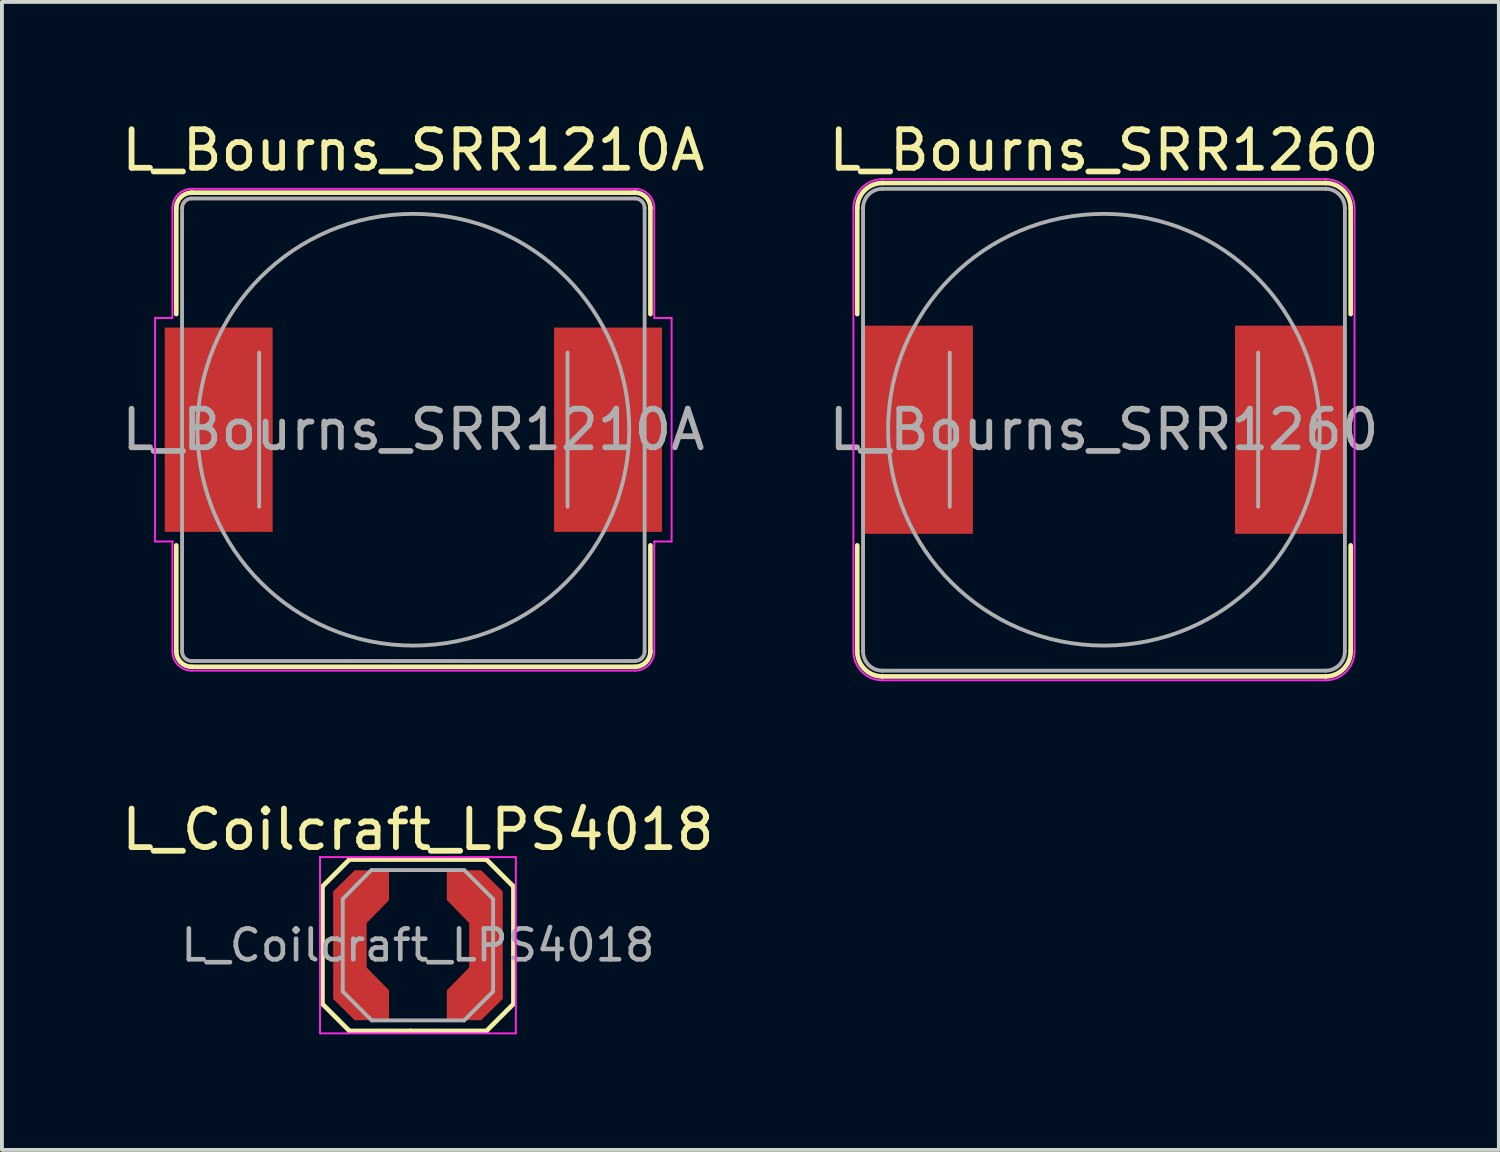
<source format=kicad_pcb>
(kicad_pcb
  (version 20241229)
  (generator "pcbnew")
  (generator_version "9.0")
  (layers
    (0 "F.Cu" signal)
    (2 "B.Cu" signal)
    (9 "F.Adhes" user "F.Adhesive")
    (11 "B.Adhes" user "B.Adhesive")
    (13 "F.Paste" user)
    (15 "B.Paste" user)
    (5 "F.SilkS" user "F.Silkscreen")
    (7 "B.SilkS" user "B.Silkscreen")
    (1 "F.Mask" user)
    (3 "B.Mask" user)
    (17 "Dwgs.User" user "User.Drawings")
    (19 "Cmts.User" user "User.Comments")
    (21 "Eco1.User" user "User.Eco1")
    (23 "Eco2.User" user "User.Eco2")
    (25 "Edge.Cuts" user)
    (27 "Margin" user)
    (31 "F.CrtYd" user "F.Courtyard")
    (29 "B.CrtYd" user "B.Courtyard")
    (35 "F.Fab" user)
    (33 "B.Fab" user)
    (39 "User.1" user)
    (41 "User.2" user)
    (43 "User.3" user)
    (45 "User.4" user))
  (footprint "L_Coilcraft_LPS4018"
    (layer "F.Cu")
    (at 7.792 21.471)
    (property "Reference" "L_Coilcraft_LPS4018" (at 0 -3 0) (layer "F.SilkS") (effects (font (size 1 1) (thickness 0.15))))
    (attr smd)
    (fp_line (start -2.477 -1.524) (end -1.778 -2.223) (stroke (width 0.12) (type solid)) (layer "F.SilkS"))
    (fp_line (start -2.477 1.524) (end -2.477 -1.524) (stroke (width 0.12) (type solid)) (layer "F.SilkS"))
    (fp_line (start -1.778 -2.223) (end 1.778 -2.223) (stroke (width 0.12) (type solid)) (layer "F.SilkS"))
    (fp_line (start -1.778 2.223) (end -2.477 1.524) (stroke (width 0.12) (type solid)) (layer "F.SilkS"))
    (fp_line (start -0.191 2.223) (end -1.778 2.223) (stroke (width 0.12) (type solid)) (layer "F.SilkS"))
    (fp_line (start 1.778 -2.223) (end 2.477 -1.524) (stroke (width 0.12) (type solid)) (layer "F.SilkS"))
    (fp_line (start 1.778 2.223) (end -0.191 2.223) (stroke (width 0.12) (type solid)) (layer "F.SilkS"))
    (fp_line (start 2.477 -1.524) (end 2.477 1.524) (stroke (width 0.12) (type solid)) (layer "F.SilkS"))
    (fp_line (start 2.477 1.524) (end 1.778 2.223) (stroke (width 0.12) (type solid)) (layer "F.SilkS"))
    (fp_line (start -2.54 -2.286) (end -2.54 2.286) (stroke (width 0.05) (type solid)) (layer "F.CrtYd"))
    (fp_line (start -2.54 -2.286) (end 2.54 -2.286) (stroke (width 0.05) (type solid)) (layer "F.CrtYd"))
    (fp_line (start -2.54 2.286) (end 2.54 2.286) (stroke (width 0.05) (type solid)) (layer "F.CrtYd"))
    (fp_line (start 2.54 -2.286) (end 2.54 2.286) (stroke (width 0.05) (type solid)) (layer "F.CrtYd"))
    (fp_line (start -1.95 -1.2) (end -1.21 -1.95) (stroke (width 0.1) (type solid)) (layer "F.Fab"))
    (fp_line (start -1.95 1.2) (end -1.95 -1.2) (stroke (width 0.1) (type solid)) (layer "F.Fab"))
    (fp_line (start -1.95 1.2) (end -1.2 1.95) (stroke (width 0.1) (type solid)) (layer "F.Fab"))
    (fp_line (start -1.2 -1.95) (end 1.2 -1.95) (stroke (width 0.1) (type solid)) (layer "F.Fab"))
    (fp_line (start 1.2 -1.95) (end 1.95 -1.2) (stroke (width 0.1) (type solid)) (layer "F.Fab"))
    (fp_line (start 1.2 1.95) (end -1.2 1.95) (stroke (width 0.1) (type solid)) (layer "F.Fab"))
    (fp_line (start 1.2 1.95) (end 1.95 1.2) (stroke (width 0.1) (type solid)) (layer "F.Fab"))
    (fp_line (start 1.95 -1.2) (end 1.95 1.2) (stroke (width 0.1) (type solid)) (layer "F.Fab"))
    (fp_text user "${REFERENCE}" (at 0 0 0) (layer "F.Fab") (effects (font (size 0.8 0.8) (thickness 0.12))))
    (pad "1" smd custom (at -1.765 0) (size 0.87 2.79) (layers "F.Cu" "F.Mask" "F.Paste") (options (anchor rect)) (primitives (gr_poly (pts (xy 1.015 -1.17) (xy 0.435 -0.575) (xy 0.435 0.575) (xy 1.015 1.17) (xy 1.015 1.945) (xy 0.125 1.945) (xy -0.435 1.395) (xy -0.435 -1.395) (xy 0.125 -1.945) (xy 1.015 -1.945)) (width 0) (fill yes))))
    (pad "2" smd custom (at 1.765 0) (size 0.87 2.79) (layers "F.Cu" "F.Mask" "F.Paste") (options (anchor rect)) (primitives (gr_poly (pts (xy 0.435 -1.395) (xy 0.435 1.395) (xy -0.125 1.945) (xy -1.015 1.945) (xy -1.015 1.17) (xy -0.435 0.575) (xy -0.435 -0.575) (xy -1.015 -1.17) (xy -1.015 -1.945) (xy -0.125 -1.945)) (width 0) (fill yes)))))
  (footprint "L_Bourns_SRR1210A"
    (layer "F.Cu")
    (at 7.673 8.098)
    (property "Reference" "L_Bourns_SRR1210A" (at 0 -7.25 0) (layer "F.SilkS") (effects (font (size 1 1) (thickness 0.15))))
    (attr smd)
    (fp_line (start -6.15 -5.75) (end -6.15 -3) (stroke (width 0.12) (type solid)) (layer "F.SilkS"))
    (fp_line (start -6.15 3) (end -6.15 5.75) (stroke (width 0.12) (type solid)) (layer "F.SilkS"))
    (fp_line (start -5.75 -6.15) (end 5.75 -6.15) (stroke (width 0.12) (type solid)) (layer "F.SilkS"))
    (fp_line (start 5.75 6.15) (end -5.75 6.15) (stroke (width 0.12) (type solid)) (layer "F.SilkS"))
    (fp_line (start 6.15 -5.75) (end 6.15 -3) (stroke (width 0.12) (type solid)) (layer "F.SilkS"))
    (fp_line (start 6.15 3) (end 6.15 5.75) (stroke (width 0.12) (type solid)) (layer "F.SilkS"))
    (fp_arc (start -6.15 -5.75) (mid -6.032843 -6.032843) (end -5.75 -6.15) (stroke (width 0.12) (type solid)) (layer "F.SilkS"))
    (fp_arc (start -5.75 6.15) (mid -6.032843 6.032843) (end -6.15 5.75) (stroke (width 0.12) (type solid)) (layer "F.SilkS"))
    (fp_arc (start 5.75 -6.15) (mid 6.032843 -6.032843) (end 6.15 -5.75) (stroke (width 0.12) (type solid)) (layer "F.SilkS"))
    (fp_arc (start 6.15 5.75) (mid 6.032843 6.032843) (end 5.75 6.15) (stroke (width 0.12) (type solid)) (layer "F.SilkS"))
    (fp_line (start -6.7 -2.9) (end -6.7 2.9) (stroke (width 0.05) (type solid)) (layer "F.CrtYd"))
    (fp_line (start -6.7 -2.9) (end -6.25 -2.9) (stroke (width 0.05) (type solid)) (layer "F.CrtYd"))
    (fp_line (start -6.25 -5.75) (end -6.25 -2.9) (stroke (width 0.05) (type solid)) (layer "F.CrtYd"))
    (fp_line (start -6.25 2.9) (end -6.7 2.9) (stroke (width 0.05) (type solid)) (layer "F.CrtYd"))
    (fp_line (start -6.25 5.75) (end -6.25 2.9) (stroke (width 0.05) (type solid)) (layer "F.CrtYd"))
    (fp_line (start -5.75 -6.25) (end 5.75 -6.25) (stroke (width 0.05) (type solid)) (layer "F.CrtYd"))
    (fp_line (start 5.75 6.25) (end -5.75 6.25) (stroke (width 0.05) (type solid)) (layer "F.CrtYd"))
    (fp_line (start 6.25 -5.75) (end 6.25 -2.9) (stroke (width 0.05) (type solid)) (layer "F.CrtYd"))
    (fp_line (start 6.25 2.9) (end 6.25 5.75) (stroke (width 0.05) (type solid)) (layer "F.CrtYd"))
    (fp_line (start 6.7 -2.9) (end 6.25 -2.9) (stroke (width 0.05) (type solid)) (layer "F.CrtYd"))
    (fp_line (start 6.7 -2.9) (end 6.7 2.9) (stroke (width 0.05) (type solid)) (layer "F.CrtYd"))
    (fp_line (start 6.7 2.9) (end 6.25 2.9) (stroke (width 0.05) (type solid)) (layer "F.CrtYd"))
    (fp_arc (start -6.25 -5.75) (mid -6.103553 -6.103553) (end -5.75 -6.25) (stroke (width 0.05) (type solid)) (layer "F.CrtYd"))
    (fp_arc (start -5.75 6.25) (mid -6.103553 6.103553) (end -6.25 5.75) (stroke (width 0.05) (type solid)) (layer "F.CrtYd"))
    (fp_arc (start 5.75 -6.25) (mid 6.103553 -6.103553) (end 6.25 -5.75) (stroke (width 0.05) (type solid)) (layer "F.CrtYd"))
    (fp_arc (start 6.25 5.75) (mid 6.103553 6.103553) (end 5.75 6.25) (stroke (width 0.05) (type solid)) (layer "F.CrtYd"))
    (fp_line (start -6 -5.75) (end -6 5.75) (stroke (width 0.1) (type solid)) (layer "F.Fab"))
    (fp_line (start -5.75 -6) (end 5.75 -6) (stroke (width 0.1) (type solid)) (layer "F.Fab"))
    (fp_line (start -4 2) (end -4 -2) (stroke (width 0.1) (type solid)) (layer "F.Fab"))
    (fp_line (start 4 -2) (end 4 2) (stroke (width 0.1) (type solid)) (layer "F.Fab"))
    (fp_line (start 5.75 6) (end -5.75 6) (stroke (width 0.1) (type solid)) (layer "F.Fab"))
    (fp_line (start 6 -5.75) (end 6 5.75) (stroke (width 0.1) (type solid)) (layer "F.Fab"))
    (fp_arc (start -6 -5.75) (mid -5.926777 -5.926777) (end -5.75 -6) (stroke (width 0.1) (type solid)) (layer "F.Fab"))
    (fp_arc (start -5.75 6) (mid -5.926777 5.926777) (end -6 5.75) (stroke (width 0.1) (type solid)) (layer "F.Fab"))
    (fp_arc (start 5.75 -6) (mid 5.926777 -5.926777) (end 6 -5.75) (stroke (width 0.1) (type solid)) (layer "F.Fab"))
    (fp_arc (start 6 5.75) (mid 5.926777 5.926777) (end 5.75 6) (stroke (width 0.1) (type solid)) (layer "F.Fab"))
    (fp_circle (center 0 0) (end 0 -5.6) (stroke (width 0.1) (type solid)) (fill no) (layer "F.Fab"))
    (fp_text user "${REFERENCE}" (at 0 0 0) (layer "F.Fab") (effects (font (size 1 1) (thickness 0.15))))
    (pad "1" smd rect (at -5.05 0) (size 2.8 5.3) (layers "F.Cu" "F.Mask" "F.Paste"))
    (pad "2" smd rect (at 5.05 0) (size 2.8 5.3) (layers "F.Cu" "F.Mask" "F.Paste")))
  (footprint "L_Bourns_SRR1260"
    (layer "F.Cu")
    (at 25.589 8.098)
    (property "Reference" "L_Bourns_SRR1260" (at 0 -7.25 0) (layer "F.SilkS") (effects (font (size 1 1) (thickness 0.15))))
    (attr smd)
    (fp_line (start -6.4 -5.75) (end -6.4 -3) (stroke (width 0.12) (type solid)) (layer "F.SilkS"))
    (fp_line (start -6.4 3) (end -6.4 5.75) (stroke (width 0.12) (type solid)) (layer "F.SilkS"))
    (fp_line (start -5.75 -6.4) (end 5.75 -6.4) (stroke (width 0.12) (type solid)) (layer "F.SilkS"))
    (fp_line (start 5.75 6.4) (end -5.75 6.4) (stroke (width 0.12) (type solid)) (layer "F.SilkS"))
    (fp_line (start 6.4 -5.75) (end 6.4 -3) (stroke (width 0.12) (type solid)) (layer "F.SilkS"))
    (fp_line (start 6.4 3) (end 6.4 5.75) (stroke (width 0.12) (type solid)) (layer "F.SilkS"))
    (fp_arc (start -6.4 -5.75) (mid -6.209619 -6.209619) (end -5.75 -6.4) (stroke (width 0.12) (type solid)) (layer "F.SilkS"))
    (fp_arc (start -5.75 6.4) (mid -6.209619 6.209619) (end -6.4 5.75) (stroke (width 0.12) (type solid)) (layer "F.SilkS"))
    (fp_arc (start 5.75 -6.4) (mid 6.209619 -6.209619) (end 6.4 -5.75) (stroke (width 0.12) (type solid)) (layer "F.SilkS"))
    (fp_arc (start 6.4 5.75) (mid 6.209619 6.209619) (end 5.75 6.4) (stroke (width 0.12) (type solid)) (layer "F.SilkS"))
    (fp_line (start -6.5 5.75) (end -6.5 -5.75) (stroke (width 0.05) (type solid)) (layer "F.CrtYd"))
    (fp_line (start -5.75 -6.5) (end 5.75 -6.5) (stroke (width 0.05) (type solid)) (layer "F.CrtYd"))
    (fp_line (start 5.75 6.5) (end -5.75 6.5) (stroke (width 0.05) (type solid)) (layer "F.CrtYd"))
    (fp_line (start 6.5 -5.75) (end 6.5 5.75) (stroke (width 0.05) (type solid)) (layer "F.CrtYd"))
    (fp_arc (start -6.5 -5.75) (mid -6.28033 -6.28033) (end -5.75 -6.5) (stroke (width 0.05) (type solid)) (layer "F.CrtYd"))
    (fp_arc (start -5.75 6.5) (mid -6.28033 6.28033) (end -6.5 5.75) (stroke (width 0.05) (type solid)) (layer "F.CrtYd"))
    (fp_arc (start 5.75 -6.5) (mid 6.28033 -6.28033) (end 6.5 -5.75) (stroke (width 0.05) (type solid)) (layer "F.CrtYd"))
    (fp_arc (start 6.5 5.75) (mid 6.28033 6.28033) (end 5.75 6.5) (stroke (width 0.05) (type solid)) (layer "F.CrtYd"))
    (fp_line (start -6.25 -5.75) (end -6.25 5.75) (stroke (width 0.1) (type solid)) (layer "F.Fab"))
    (fp_line (start -5.75 -6.25) (end 5.75 -6.25) (stroke (width 0.1) (type solid)) (layer "F.Fab"))
    (fp_line (start -4 2) (end -4 -2) (stroke (width 0.1) (type solid)) (layer "F.Fab"))
    (fp_line (start 4 -2) (end 4 2) (stroke (width 0.1) (type solid)) (layer "F.Fab"))
    (fp_line (start 5.75 6.25) (end -5.75 6.25) (stroke (width 0.1) (type solid)) (layer "F.Fab"))
    (fp_line (start 6.25 -5.75) (end 6.25 5.75) (stroke (width 0.1) (type solid)) (layer "F.Fab"))
    (fp_arc (start -6.25 -5.75) (mid -6.103553 -6.103553) (end -5.75 -6.25) (stroke (width 0.1) (type solid)) (layer "F.Fab"))
    (fp_arc (start -5.75 6.25) (mid -6.103553 6.103553) (end -6.25 5.75) (stroke (width 0.1) (type solid)) (layer "F.Fab"))
    (fp_arc (start 5.75 -6.25) (mid 6.103553 -6.103553) (end 6.25 -5.75) (stroke (width 0.1) (type solid)) (layer "F.Fab"))
    (fp_arc (start 6.25 5.75) (mid 6.103553 6.103553) (end 5.75 6.25) (stroke (width 0.1) (type solid)) (layer "F.Fab"))
    (fp_circle (center 0 0) (end 0 -5.6) (stroke (width 0.1) (type solid)) (fill no) (layer "F.Fab"))
    (fp_text user "${REFERENCE}" (at 0 0 0) (layer "F.Fab") (effects (font (size 1 1) (thickness 0.15))))
    (pad "1" smd rect (at -4.85 0) (size 2.9 5.4) (layers "F.Cu" "F.Mask" "F.Paste"))
    (pad "2" smd rect (at 4.85 0) (size 2.9 5.4) (layers "F.Cu" "F.Mask" "F.Paste")))
  (gr_rect
    (start -3 -3)
    (end 35.833 26.782)
    (stroke (width 0.1) (type default))
    (fill no)
    (layer "Edge.Cuts")))
</source>
